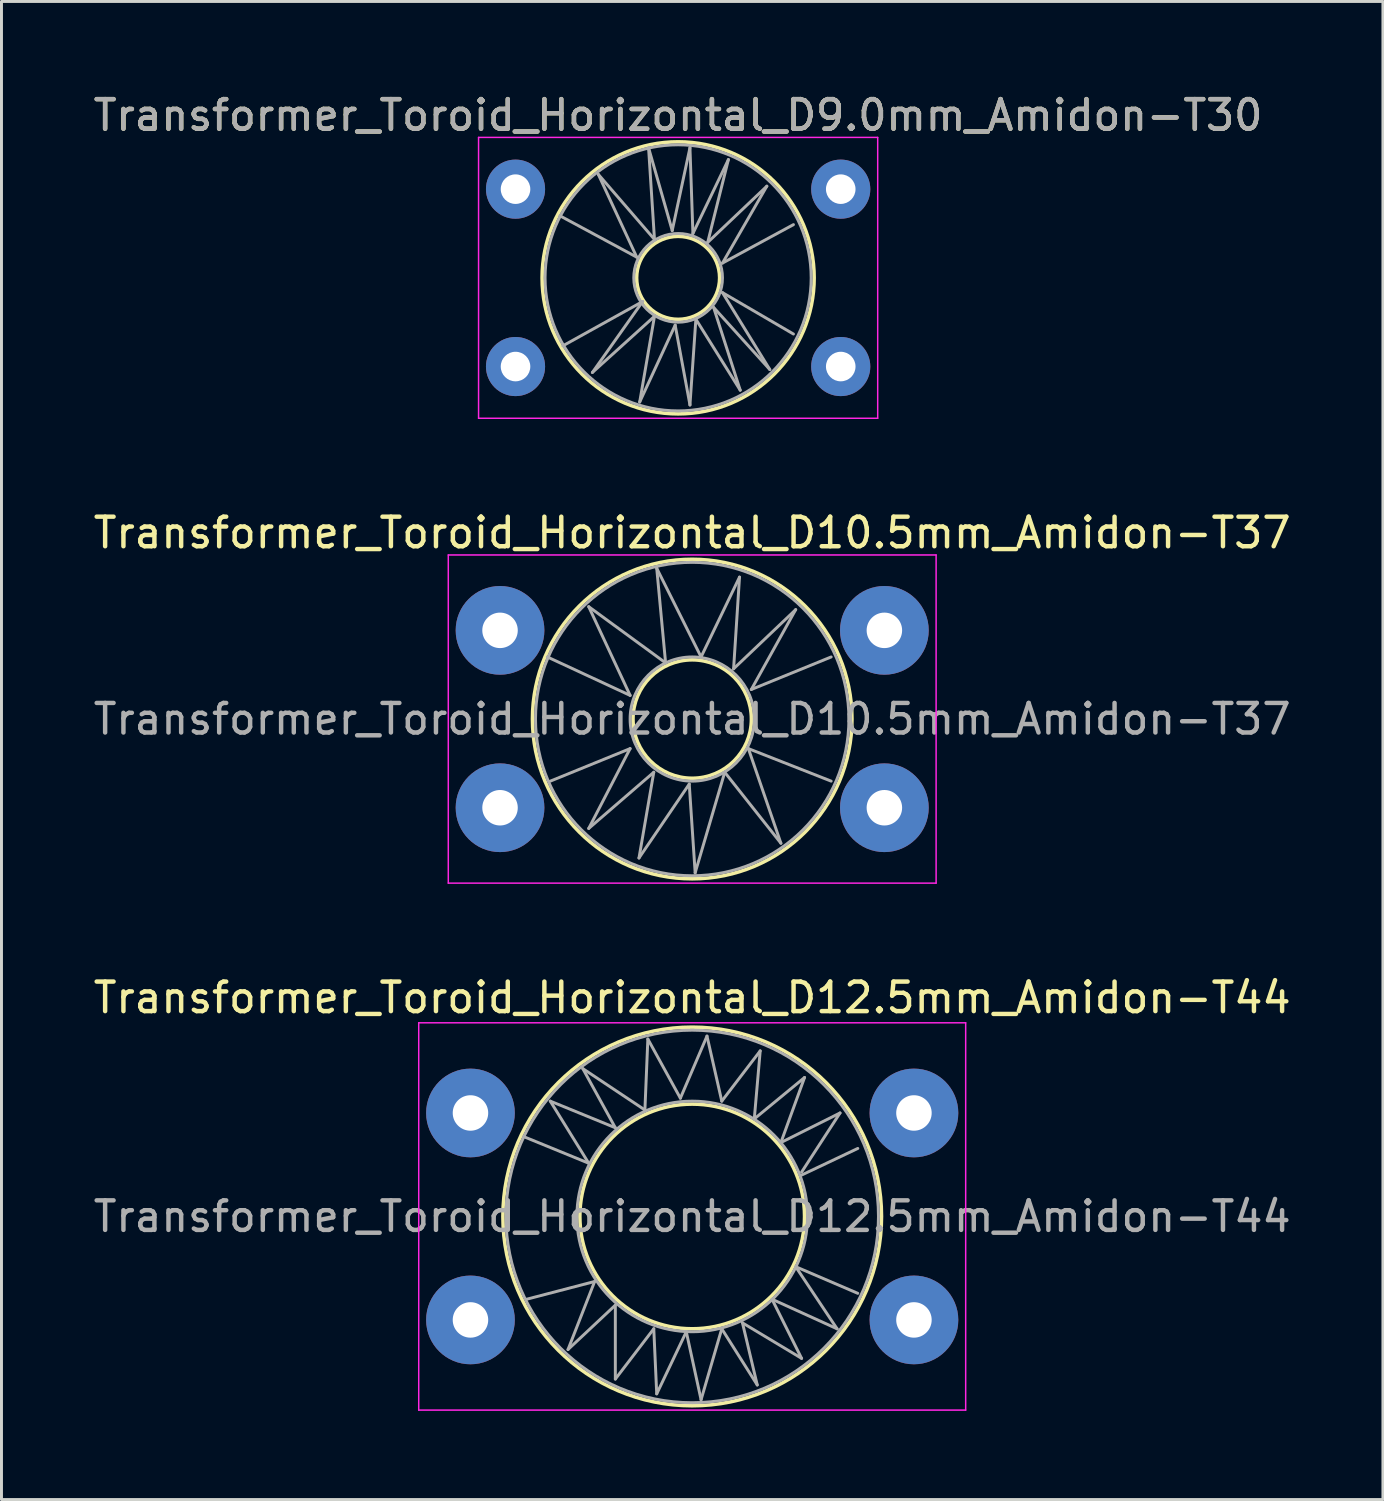
<source format=kicad_pcb>
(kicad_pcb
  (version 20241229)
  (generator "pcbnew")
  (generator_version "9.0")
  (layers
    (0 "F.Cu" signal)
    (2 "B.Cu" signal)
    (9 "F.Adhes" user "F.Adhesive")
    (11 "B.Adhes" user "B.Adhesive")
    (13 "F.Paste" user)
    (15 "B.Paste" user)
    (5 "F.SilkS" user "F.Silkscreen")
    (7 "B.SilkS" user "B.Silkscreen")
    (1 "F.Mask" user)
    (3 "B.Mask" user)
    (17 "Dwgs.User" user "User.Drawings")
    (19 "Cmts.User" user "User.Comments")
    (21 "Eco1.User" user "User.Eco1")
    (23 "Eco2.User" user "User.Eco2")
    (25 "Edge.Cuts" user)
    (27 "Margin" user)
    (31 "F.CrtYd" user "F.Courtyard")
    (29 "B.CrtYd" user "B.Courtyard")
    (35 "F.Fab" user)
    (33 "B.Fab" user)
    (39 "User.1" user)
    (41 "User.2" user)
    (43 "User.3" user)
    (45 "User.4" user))
  (footprint "Transformer_Toroid_Horizontal_D10.5mm_Amidon-T37"
    (layer "F.Cu")
    (at 13.863 24.271)
    (property "Reference" "Transformer_Toroid_Horizontal_D10.5mm_Amidon-T37" (at 6.5 -9.3 0) (layer "F.SilkS") (effects (font (size 1 1) (thickness 0.15))))
    (attr through_hole)
    (fp_circle (center 6.5 -3) (end 8.5 -2.9) (stroke (width 0.12) (type solid)) (fill no) (layer "F.SilkS"))
    (fp_circle (center 6.5 -3) (end 11.9 -2.8) (stroke (width 0.12) (type solid)) (fill no) (layer "F.SilkS"))
    (fp_line (start -1.75 -8.55) (end -1.75 2.55) (stroke (width 0.05) (type solid)) (layer "F.CrtYd"))
    (fp_line (start -1.75 -8.55) (end 14.75 -8.55) (stroke (width 0.05) (type solid)) (layer "F.CrtYd"))
    (fp_line (start 14.75 2.55) (end -1.75 2.55) (stroke (width 0.05) (type solid)) (layer "F.CrtYd"))
    (fp_line (start 14.75 2.55) (end 14.75 -8.55) (stroke (width 0.05) (type solid)) (layer "F.CrtYd"))
    (fp_line (start 1.6 -5.1) (end 4.4 -3.8) (stroke (width 0.1) (type solid)) (layer "F.Fab"))
    (fp_line (start 1.7 -0.9) (end 4.4 -2) (stroke (width 0.1) (type solid)) (layer "F.Fab"))
    (fp_line (start 3 -6.8) (end 5.6 -4.9) (stroke (width 0.1) (type solid)) (layer "F.Fab"))
    (fp_line (start 3 0.7) (end 5.2 -1.2) (stroke (width 0.1) (type solid)) (layer "F.Fab"))
    (fp_line (start 4.4 -3.8) (end 3 -6.8) (stroke (width 0.1) (type solid)) (layer "F.Fab"))
    (fp_line (start 4.4 -2) (end 3 0.7) (stroke (width 0.1) (type solid)) (layer "F.Fab"))
    (fp_line (start 4.7 1.7) (end 6.4 -0.8) (stroke (width 0.1) (type solid)) (layer "F.Fab"))
    (fp_line (start 5.2 -1.2) (end 4.7 1.7) (stroke (width 0.1) (type solid)) (layer "F.Fab"))
    (fp_line (start 5.3 -8.1) (end 6.8 -5.1) (stroke (width 0.1) (type solid)) (layer "F.Fab"))
    (fp_line (start 5.6 -4.9) (end 5.3 -8.1) (stroke (width 0.1) (type solid)) (layer "F.Fab"))
    (fp_line (start 6.4 -0.8) (end 6.6 2.2) (stroke (width 0.1) (type solid)) (layer "F.Fab"))
    (fp_line (start 6.6 2.2) (end 7.6 -1.2) (stroke (width 0.1) (type solid)) (layer "F.Fab"))
    (fp_line (start 6.8 -5.1) (end 8.1 -7.8) (stroke (width 0.1) (type solid)) (layer "F.Fab"))
    (fp_line (start 7.6 -1.2) (end 9.5 1.2) (stroke (width 0.1) (type solid)) (layer "F.Fab"))
    (fp_line (start 7.9 -4.7) (end 10 -6.7) (stroke (width 0.1) (type solid)) (layer "F.Fab"))
    (fp_line (start 8.1 -7.8) (end 7.9 -4.7) (stroke (width 0.1) (type solid)) (layer "F.Fab"))
    (fp_line (start 8.4 -2) (end 11.2 -0.9) (stroke (width 0.1) (type solid)) (layer "F.Fab"))
    (fp_line (start 8.5 -4) (end 11.2 -5.1) (stroke (width 0.1) (type solid)) (layer "F.Fab"))
    (fp_line (start 9.5 1.2) (end 8.4 -2) (stroke (width 0.1) (type solid)) (layer "F.Fab"))
    (fp_line (start 10 -6.7) (end 8.5 -4) (stroke (width 0.1) (type solid)) (layer "F.Fab"))
    (fp_circle (center 6.5 -3) (end 8.6 -3) (stroke (width 0.1) (type solid)) (fill no) (layer "F.Fab"))
    (fp_circle (center 6.5 -3) (end 11.8 -3) (stroke (width 0.1) (type solid)) (fill no) (layer "F.Fab"))
    (fp_text user "${REFERENCE}" (at 6.5 -3 0) (layer "F.Fab") (effects (font (size 1 1) (thickness 0.15))))
    (pad "1" thru_hole circle (at 0 0) (size 3 3) (drill 1.2) (layers "*.Cu" "*.Mask"))
    (pad "2" thru_hole circle (at 13 0) (size 3 3) (drill 1.2) (layers "*.Cu" "*.Mask"))
    (pad "3" thru_hole circle (at 0 -6) (size 3 3) (drill 1.2) (layers "*.Cu" "*.Mask"))
    (pad "4" thru_hole circle (at 13 -6) (size 3 3) (drill 1.2) (layers "*.Cu" "*.Mask")))
  (footprint "Transformer_Toroid_Horizontal_D9.0mm_Amidon-T30"
    (layer "F.Cu")
    (at 14.387 9.348)
    (property "Reference" "Transformer_Toroid_Horizontal_D9.0mm_Amidon-T30" (at 5.5 -8.5 0) (layer "F.SilkS") (effects (font (size 1 1) (thickness 0.15))))
    (attr through_hole)
    (fp_circle (center 5.5 -3) (end 6.9 -3.1) (stroke (width 0.12) (type solid)) (fill no) (layer "F.SilkS"))
    (fp_circle (center 5.5 -3) (end 10.1 -3.1) (stroke (width 0.12) (type solid)) (fill no) (layer "F.SilkS"))
    (fp_line (start -1.25 -7.75) (end -1.25 1.75) (stroke (width 0.05) (type solid)) (layer "F.CrtYd"))
    (fp_line (start -1.25 -7.75) (end 12.25 -7.75) (stroke (width 0.05) (type solid)) (layer "F.CrtYd"))
    (fp_line (start 12.25 1.75) (end -1.25 1.75) (stroke (width 0.05) (type solid)) (layer "F.CrtYd"))
    (fp_line (start 12.25 1.75) (end 12.25 -7.75) (stroke (width 0.05) (type solid)) (layer "F.CrtYd"))
    (fp_line (start 1.5 -5.1) (end 4.1 -3.7) (stroke (width 0.1) (type solid)) (layer "F.Fab"))
    (fp_line (start 1.6 -0.7) (end 4.3 -2.2) (stroke (width 0.1) (type solid)) (layer "F.Fab"))
    (fp_line (start 2.6 0.2) (end 4.7 -1.7) (stroke (width 0.1) (type solid)) (layer "F.Fab"))
    (fp_line (start 2.8 -6.5) (end 4.7 -4.3) (stroke (width 0.1) (type solid)) (layer "F.Fab"))
    (fp_line (start 4.1 -3.7) (end 2.8 -6.5) (stroke (width 0.1) (type solid)) (layer "F.Fab"))
    (fp_line (start 4.2 1.2) (end 5.4 -1.4) (stroke (width 0.1) (type solid)) (layer "F.Fab"))
    (fp_line (start 4.3 -2.2) (end 2.6 0.2) (stroke (width 0.1) (type solid)) (layer "F.Fab"))
    (fp_line (start 4.5 -7.4) (end 5.3 -4.6) (stroke (width 0.1) (type solid)) (layer "F.Fab"))
    (fp_line (start 4.7 -4.3) (end 4.5 -7.4) (stroke (width 0.1) (type solid)) (layer "F.Fab"))
    (fp_line (start 4.7 -1.7) (end 4.2 1.2) (stroke (width 0.1) (type solid)) (layer "F.Fab"))
    (fp_line (start 5.3 -4.6) (end 5.9 -7.4) (stroke (width 0.1) (type solid)) (layer "F.Fab"))
    (fp_line (start 5.4 -1.4) (end 5.9 1.3) (stroke (width 0.1) (type solid)) (layer "F.Fab"))
    (fp_line (start 5.9 -7.4) (end 6 -4.5) (stroke (width 0.1) (type solid)) (layer "F.Fab"))
    (fp_line (start 5.9 1.3) (end 6.1 -1.6) (stroke (width 0.1) (type solid)) (layer "F.Fab"))
    (fp_line (start 6 -4.5) (end 7.2 -7) (stroke (width 0.1) (type solid)) (layer "F.Fab"))
    (fp_line (start 6.1 -1.6) (end 7.6 0.8) (stroke (width 0.1) (type solid)) (layer "F.Fab"))
    (fp_line (start 6.5 -4.2) (end 8.5 -6.1) (stroke (width 0.1) (type solid)) (layer "F.Fab"))
    (fp_line (start 6.7 -2) (end 8.6 0.1) (stroke (width 0.1) (type solid)) (layer "F.Fab"))
    (fp_line (start 7 -3.5) (end 9.4 -4.8) (stroke (width 0.1) (type solid)) (layer "F.Fab"))
    (fp_line (start 7 -2.5) (end 9.4 -1.1) (stroke (width 0.1) (type solid)) (layer "F.Fab"))
    (fp_line (start 7.2 -7) (end 6.5 -4.2) (stroke (width 0.1) (type solid)) (layer "F.Fab"))
    (fp_line (start 7.6 0.8) (end 6.7 -2) (stroke (width 0.1) (type solid)) (layer "F.Fab"))
    (fp_line (start 8.5 -6.1) (end 7 -3.5) (stroke (width 0.1) (type solid)) (layer "F.Fab"))
    (fp_line (start 8.6 0.1) (end 7 -2.5) (stroke (width 0.1) (type solid)) (layer "F.Fab"))
    (fp_circle (center 5.5 -3) (end 7 -3) (stroke (width 0.1) (type solid)) (fill no) (layer "F.Fab"))
    (fp_circle (center 5.5 -3) (end 10 -3) (stroke (width 0.1) (type solid)) (fill no) (layer "F.Fab"))
    (fp_text user "${REFERENCE}" (at 5.5 -8.5 0) (layer "F.Fab") (effects (font (size 1 1) (thickness 0.15))))
    (pad "1" thru_hole circle (at 0 0) (size 2 2) (drill 1) (layers "*.Cu" "*.Mask"))
    (pad "2" thru_hole circle (at 11 0) (size 2 2) (drill 1) (layers "*.Cu" "*.Mask"))
    (pad "3" thru_hole circle (at 0 -6) (size 2 2) (drill 1) (layers "*.Cu" "*.Mask"))
    (pad "4" thru_hole circle (at 11 -6) (size 2 2) (drill 1) (layers "*.Cu" "*.Mask")))
  (footprint "Transformer_Toroid_Horizontal_D12.5mm_Amidon-T44"
    (layer "F.Cu")
    (at 12.863 41.595)
    (property "Reference" "Transformer_Toroid_Horizontal_D12.5mm_Amidon-T44" (at 7.5 -10.9 0) (layer "F.SilkS") (effects (font (size 1 1) (thickness 0.15))))
    (attr through_hole)
    (fp_circle (center 7.5 -3.5) (end 11.3 -3.5) (stroke (width 0.12) (type solid)) (fill no) (layer "F.SilkS"))
    (fp_circle (center 7.5 -3.5) (end 13.9 -3.7) (stroke (width 0.12) (type solid)) (fill no) (layer "F.SilkS"))
    (fp_line (start -1.75 -10.05) (end -1.75 3.05) (stroke (width 0.05) (type solid)) (layer "F.CrtYd"))
    (fp_line (start -1.75 -10.05) (end 16.75 -10.05) (stroke (width 0.05) (type solid)) (layer "F.CrtYd"))
    (fp_line (start 16.75 3.05) (end -1.75 3.05) (stroke (width 0.05) (type solid)) (layer "F.CrtYd"))
    (fp_line (start 16.75 3.05) (end 16.75 -10.05) (stroke (width 0.05) (type solid)) (layer "F.CrtYd"))
    (fp_line (start 1.8 -6.2) (end 4 -5.3) (stroke (width 0.1) (type solid)) (layer "F.Fab"))
    (fp_line (start 1.9 -0.7) (end 4.2 -1.3) (stroke (width 0.1) (type solid)) (layer "F.Fab"))
    (fp_line (start 2.7 -7.4) (end 4.9 -6.5) (stroke (width 0.1) (type solid)) (layer "F.Fab"))
    (fp_line (start 3.3 1) (end 4.9 -0.5) (stroke (width 0.1) (type solid)) (layer "F.Fab"))
    (fp_line (start 3.8 -8.5) (end 5.9 -7.1) (stroke (width 0.1) (type solid)) (layer "F.Fab"))
    (fp_line (start 4 -5.3) (end 2.7 -7.4) (stroke (width 0.1) (type solid)) (layer "F.Fab"))
    (fp_line (start 4.2 -1.3) (end 3.3 1) (stroke (width 0.1) (type solid)) (layer "F.Fab"))
    (fp_line (start 4.9 -6.5) (end 3.8 -8.5) (stroke (width 0.1) (type solid)) (layer "F.Fab"))
    (fp_line (start 4.9 -0.5) (end 4.9 2) (stroke (width 0.1) (type solid)) (layer "F.Fab"))
    (fp_line (start 4.9 2) (end 6.2 0.3) (stroke (width 0.1) (type solid)) (layer "F.Fab"))
    (fp_line (start 5.9 -7.1) (end 6 -9.5) (stroke (width 0.1) (type solid)) (layer "F.Fab"))
    (fp_line (start 6 -9.5) (end 7.1 -7.5) (stroke (width 0.1) (type solid)) (layer "F.Fab"))
    (fp_line (start 6.2 0.3) (end 6.3 2.5) (stroke (width 0.1) (type solid)) (layer "F.Fab"))
    (fp_line (start 6.3 2.5) (end 7.3 0.4) (stroke (width 0.1) (type solid)) (layer "F.Fab"))
    (fp_line (start 7.1 -7.5) (end 8 -9.6) (stroke (width 0.1) (type solid)) (layer "F.Fab"))
    (fp_line (start 7.3 0.4) (end 7.8 2.7) (stroke (width 0.1) (type solid)) (layer "F.Fab"))
    (fp_line (start 7.8 2.7) (end 8.5 0.3) (stroke (width 0.1) (type solid)) (layer "F.Fab"))
    (fp_line (start 8 -9.6) (end 8.5 -7.4) (stroke (width 0.1) (type solid)) (layer "F.Fab"))
    (fp_line (start 8.5 -7.4) (end 9.8 -9.1) (stroke (width 0.1) (type solid)) (layer "F.Fab"))
    (fp_line (start 8.5 0.3) (end 9.7 2.2) (stroke (width 0.1) (type solid)) (layer "F.Fab"))
    (fp_line (start 9.2 0.1) (end 11.2 1.3) (stroke (width 0.1) (type solid)) (layer "F.Fab"))
    (fp_line (start 9.6 -6.8) (end 11.3 -8.2) (stroke (width 0.1) (type solid)) (layer "F.Fab"))
    (fp_line (start 9.7 2.2) (end 9.2 0.1) (stroke (width 0.1) (type solid)) (layer "F.Fab"))
    (fp_line (start 9.8 -9.1) (end 9.6 -6.8) (stroke (width 0.1) (type solid)) (layer "F.Fab"))
    (fp_line (start 10.2 -0.7) (end 12.4 0.3) (stroke (width 0.1) (type solid)) (layer "F.Fab"))
    (fp_line (start 10.5 -6) (end 12.5 -7) (stroke (width 0.1) (type solid)) (layer "F.Fab"))
    (fp_line (start 11 -1.8) (end 13.1 -0.9) (stroke (width 0.1) (type solid)) (layer "F.Fab"))
    (fp_line (start 11.2 -4.9) (end 13.1 -5.8) (stroke (width 0.1) (type solid)) (layer "F.Fab"))
    (fp_line (start 11.2 1.3) (end 10.2 -0.7) (stroke (width 0.1) (type solid)) (layer "F.Fab"))
    (fp_line (start 11.3 -8.2) (end 10.5 -6) (stroke (width 0.1) (type solid)) (layer "F.Fab"))
    (fp_line (start 12.4 0.3) (end 11 -1.8) (stroke (width 0.1) (type solid)) (layer "F.Fab"))
    (fp_line (start 12.5 -7) (end 11.2 -5) (stroke (width 0.1) (type solid)) (layer "F.Fab"))
    (fp_circle (center 7.5 -3.5) (end 11.4 -3.5) (stroke (width 0.1) (type solid)) (fill no) (layer "F.Fab"))
    (fp_circle (center 7.5 -3.5) (end 13.8 -3.5) (stroke (width 0.1) (type solid)) (fill no) (layer "F.Fab"))
    (fp_text user "${REFERENCE}" (at 7.5 -3.5 0) (layer "F.Fab") (effects (font (size 1 1) (thickness 0.15))))
    (pad "1" thru_hole circle (at 0 0) (size 3 3) (drill 1.2) (layers "*.Cu" "*.Mask"))
    (pad "2" thru_hole circle (at 15 0) (size 3 3) (drill 1.2) (layers "*.Cu" "*.Mask"))
    (pad "3" thru_hole circle (at 0 -7) (size 3 3) (drill 1.2) (layers "*.Cu" "*.Mask"))
    (pad "4" thru_hole circle (at 15 -7) (size 3 3) (drill 1.2) (layers "*.Cu" "*.Mask")))
  (gr_rect
    (start -3 -3)
    (end 43.726 47.67)
    (stroke (width 0.1) (type default))
    (fill no)
    (layer "Edge.Cuts")))
</source>
